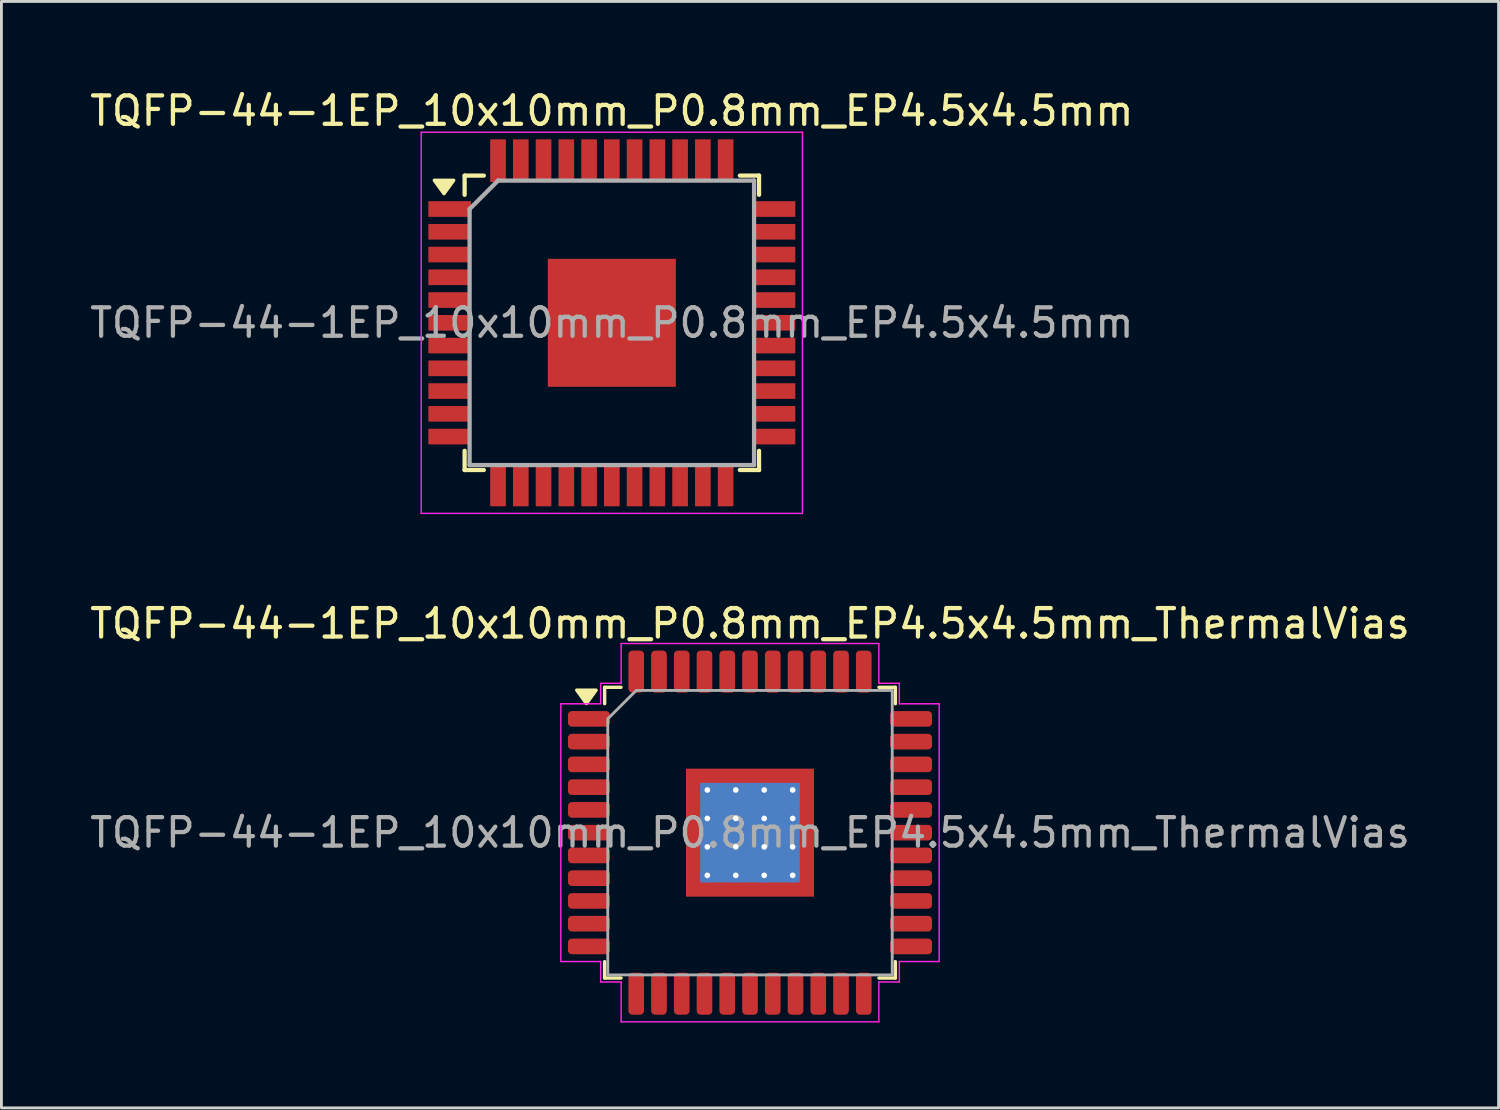
<source format=kicad_pcb>
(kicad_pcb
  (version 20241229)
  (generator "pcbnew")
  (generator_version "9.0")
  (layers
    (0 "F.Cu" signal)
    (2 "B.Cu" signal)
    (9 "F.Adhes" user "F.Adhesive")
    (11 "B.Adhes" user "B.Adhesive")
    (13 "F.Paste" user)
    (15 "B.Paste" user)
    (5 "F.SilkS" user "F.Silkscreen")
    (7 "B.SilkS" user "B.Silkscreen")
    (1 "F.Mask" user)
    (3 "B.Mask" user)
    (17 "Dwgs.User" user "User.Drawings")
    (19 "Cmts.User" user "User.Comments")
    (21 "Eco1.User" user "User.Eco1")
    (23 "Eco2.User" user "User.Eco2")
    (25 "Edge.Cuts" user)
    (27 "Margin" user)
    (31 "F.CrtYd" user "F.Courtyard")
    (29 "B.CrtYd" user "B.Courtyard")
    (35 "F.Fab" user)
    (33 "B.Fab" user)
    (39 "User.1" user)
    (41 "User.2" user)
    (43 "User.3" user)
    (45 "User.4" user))
  (footprint "TQFP-44-1EP_10x10mm_P0.8mm_EP4.5x4.5mm_ThermalVias"
    (layer "F.Cu")
    (at 23.315 26.221)
    (property "Reference" "TQFP-44-1EP_10x10mm_P0.8mm_EP4.5x4.5mm_ThermalVias" (at 0 -7.35 0) (layer "F.SilkS") (effects (font (size 1 1) (thickness 0.15))))
    (attr smd)
    (fp_line (start -5.11 -5.11) (end -4.535 -5.11) (stroke (width 0.12) (type solid)) (layer "F.SilkS"))
    (fp_line (start -5.11 -4.535) (end -5.11 -5.11) (stroke (width 0.12) (type solid)) (layer "F.SilkS"))
    (fp_line (start -5.11 5.11) (end -5.11 4.535) (stroke (width 0.12) (type solid)) (layer "F.SilkS"))
    (fp_line (start -4.535 5.11) (end -5.11 5.11) (stroke (width 0.12) (type solid)) (layer "F.SilkS"))
    (fp_line (start 4.535 -5.11) (end 5.11 -5.11) (stroke (width 0.12) (type solid)) (layer "F.SilkS"))
    (fp_line (start 5.11 -5.11) (end 5.11 -4.535) (stroke (width 0.12) (type solid)) (layer "F.SilkS"))
    (fp_line (start 5.11 4.535) (end 5.11 5.11) (stroke (width 0.12) (type solid)) (layer "F.SilkS"))
    (fp_line (start 5.11 5.11) (end 4.535 5.11) (stroke (width 0.12) (type solid)) (layer "F.SilkS"))
    (fp_poly (pts (xy -5.75 -4.54) (xy -6.09 -5.01) (xy -5.41 -5.01)) (stroke (width 0.12) (type solid)) (fill yes) (layer "F.SilkS"))
    (fp_line (start -6.65 -4.53) (end -5.25 -4.53) (stroke (width 0.05) (type solid)) (layer "F.CrtYd"))
    (fp_line (start -6.65 4.53) (end -6.65 -4.53) (stroke (width 0.05) (type solid)) (layer "F.CrtYd"))
    (fp_line (start -5.25 -5.25) (end -4.53 -5.25) (stroke (width 0.05) (type solid)) (layer "F.CrtYd"))
    (fp_line (start -5.25 -4.53) (end -5.25 -5.25) (stroke (width 0.05) (type solid)) (layer "F.CrtYd"))
    (fp_line (start -5.25 4.53) (end -6.65 4.53) (stroke (width 0.05) (type solid)) (layer "F.CrtYd"))
    (fp_line (start -5.25 5.25) (end -5.25 4.53) (stroke (width 0.05) (type solid)) (layer "F.CrtYd"))
    (fp_line (start -4.53 -6.65) (end 4.53 -6.65) (stroke (width 0.05) (type solid)) (layer "F.CrtYd"))
    (fp_line (start -4.53 -5.25) (end -4.53 -6.65) (stroke (width 0.05) (type solid)) (layer "F.CrtYd"))
    (fp_line (start -4.53 5.25) (end -5.25 5.25) (stroke (width 0.05) (type solid)) (layer "F.CrtYd"))
    (fp_line (start -4.53 6.65) (end -4.53 5.25) (stroke (width 0.05) (type solid)) (layer "F.CrtYd"))
    (fp_line (start 4.53 -6.65) (end 4.53 -5.25) (stroke (width 0.05) (type solid)) (layer "F.CrtYd"))
    (fp_line (start 4.53 -5.25) (end 5.25 -5.25) (stroke (width 0.05) (type solid)) (layer "F.CrtYd"))
    (fp_line (start 4.53 5.25) (end 4.53 6.65) (stroke (width 0.05) (type solid)) (layer "F.CrtYd"))
    (fp_line (start 4.53 6.65) (end -4.53 6.65) (stroke (width 0.05) (type solid)) (layer "F.CrtYd"))
    (fp_line (start 5.25 -5.25) (end 5.25 -4.53) (stroke (width 0.05) (type solid)) (layer "F.CrtYd"))
    (fp_line (start 5.25 -4.53) (end 6.65 -4.53) (stroke (width 0.05) (type solid)) (layer "F.CrtYd"))
    (fp_line (start 5.25 4.53) (end 5.25 5.25) (stroke (width 0.05) (type solid)) (layer "F.CrtYd"))
    (fp_line (start 5.25 5.25) (end 4.53 5.25) (stroke (width 0.05) (type solid)) (layer "F.CrtYd"))
    (fp_line (start 6.65 -4.53) (end 6.65 4.53) (stroke (width 0.05) (type solid)) (layer "F.CrtYd"))
    (fp_line (start 6.65 4.53) (end 5.25 4.53) (stroke (width 0.05) (type solid)) (layer "F.CrtYd"))
    (fp_poly (pts (xy -4 -5) (xy 5 -5) (xy 5 5) (xy -5 5) (xy -5 -4)) (stroke (width 0.1) (type solid)) (fill no) (layer "F.Fab"))
    (fp_text user "${REFERENCE}" (at 0 0 0) (layer "F.Fab") (effects (font (size 1 1) (thickness 0.15))))
    (pad "" smd roundrect (at -1.5 -1.5) (size 1.21 1.21) (layers "F.Paste") (roundrect_rratio 0.207))
    (pad "" smd roundrect (at -1.5 0) (size 1.21 1.21) (layers "F.Paste") (roundrect_rratio 0.207))
    (pad "" smd roundrect (at -1.5 1.5) (size 1.21 1.21) (layers "F.Paste") (roundrect_rratio 0.207))
    (pad "" smd roundrect (at 0 -1.5) (size 1.21 1.21) (layers "F.Paste") (roundrect_rratio 0.207))
    (pad "" smd roundrect (at 0 0) (size 1.21 1.21) (layers "F.Paste") (roundrect_rratio 0.207))
    (pad "" smd roundrect (at 0 1.5) (size 1.21 1.21) (layers "F.Paste") (roundrect_rratio 0.207))
    (pad "" smd roundrect (at 1.5 -1.5) (size 1.21 1.21) (layers "F.Paste") (roundrect_rratio 0.207))
    (pad "" smd roundrect (at 1.5 0) (size 1.21 1.21) (layers "F.Paste") (roundrect_rratio 0.207))
    (pad "" smd roundrect (at 1.5 1.5) (size 1.21 1.21) (layers "F.Paste") (roundrect_rratio 0.207))
    (pad "1" smd roundrect (at -5.662 -4) (size 1.475 0.55) (layers "F.Cu" "F.Mask" "F.Paste") (roundrect_rratio 0.25))
    (pad "2" smd roundrect (at -5.662 -3.2) (size 1.475 0.55) (layers "F.Cu" "F.Mask" "F.Paste") (roundrect_rratio 0.25))
    (pad "3" smd roundrect (at -5.662 -2.4) (size 1.475 0.55) (layers "F.Cu" "F.Mask" "F.Paste") (roundrect_rratio 0.25))
    (pad "4" smd roundrect (at -5.662 -1.6) (size 1.475 0.55) (layers "F.Cu" "F.Mask" "F.Paste") (roundrect_rratio 0.25))
    (pad "5" smd roundrect (at -5.662 -0.8) (size 1.475 0.55) (layers "F.Cu" "F.Mask" "F.Paste") (roundrect_rratio 0.25))
    (pad "6" smd roundrect (at -5.662 0) (size 1.475 0.55) (layers "F.Cu" "F.Mask" "F.Paste") (roundrect_rratio 0.25))
    (pad "7" smd roundrect (at -5.662 0.8) (size 1.475 0.55) (layers "F.Cu" "F.Mask" "F.Paste") (roundrect_rratio 0.25))
    (pad "8" smd roundrect (at -5.662 1.6) (size 1.475 0.55) (layers "F.Cu" "F.Mask" "F.Paste") (roundrect_rratio 0.25))
    (pad "9" smd roundrect (at -5.662 2.4) (size 1.475 0.55) (layers "F.Cu" "F.Mask" "F.Paste") (roundrect_rratio 0.25))
    (pad "10" smd roundrect (at -5.662 3.2) (size 1.475 0.55) (layers "F.Cu" "F.Mask" "F.Paste") (roundrect_rratio 0.25))
    (pad "11" smd roundrect (at -5.662 4) (size 1.475 0.55) (layers "F.Cu" "F.Mask" "F.Paste") (roundrect_rratio 0.25))
    (pad "12" smd roundrect (at -4 5.662) (size 0.55 1.475) (layers "F.Cu" "F.Mask" "F.Paste") (roundrect_rratio 0.25))
    (pad "13" smd roundrect (at -3.2 5.662) (size 0.55 1.475) (layers "F.Cu" "F.Mask" "F.Paste") (roundrect_rratio 0.25))
    (pad "14" smd roundrect (at -2.4 5.662) (size 0.55 1.475) (layers "F.Cu" "F.Mask" "F.Paste") (roundrect_rratio 0.25))
    (pad "15" smd roundrect (at -1.6 5.662) (size 0.55 1.475) (layers "F.Cu" "F.Mask" "F.Paste") (roundrect_rratio 0.25))
    (pad "16" smd roundrect (at -0.8 5.662) (size 0.55 1.475) (layers "F.Cu" "F.Mask" "F.Paste") (roundrect_rratio 0.25))
    (pad "17" smd roundrect (at 0 5.662) (size 0.55 1.475) (layers "F.Cu" "F.Mask" "F.Paste") (roundrect_rratio 0.25))
    (pad "18" smd roundrect (at 0.8 5.662) (size 0.55 1.475) (layers "F.Cu" "F.Mask" "F.Paste") (roundrect_rratio 0.25))
    (pad "19" smd roundrect (at 1.6 5.662) (size 0.55 1.475) (layers "F.Cu" "F.Mask" "F.Paste") (roundrect_rratio 0.25))
    (pad "20" smd roundrect (at 2.4 5.662) (size 0.55 1.475) (layers "F.Cu" "F.Mask" "F.Paste") (roundrect_rratio 0.25))
    (pad "21" smd roundrect (at 3.2 5.662) (size 0.55 1.475) (layers "F.Cu" "F.Mask" "F.Paste") (roundrect_rratio 0.25))
    (pad "22" smd roundrect (at 4 5.662) (size 0.55 1.475) (layers "F.Cu" "F.Mask" "F.Paste") (roundrect_rratio 0.25))
    (pad "23" smd roundrect (at 5.662 4) (size 1.475 0.55) (layers "F.Cu" "F.Mask" "F.Paste") (roundrect_rratio 0.25))
    (pad "24" smd roundrect (at 5.662 3.2) (size 1.475 0.55) (layers "F.Cu" "F.Mask" "F.Paste") (roundrect_rratio 0.25))
    (pad "25" smd roundrect (at 5.662 2.4) (size 1.475 0.55) (layers "F.Cu" "F.Mask" "F.Paste") (roundrect_rratio 0.25))
    (pad "26" smd roundrect (at 5.662 1.6) (size 1.475 0.55) (layers "F.Cu" "F.Mask" "F.Paste") (roundrect_rratio 0.25))
    (pad "27" smd roundrect (at 5.662 0.8) (size 1.475 0.55) (layers "F.Cu" "F.Mask" "F.Paste") (roundrect_rratio 0.25))
    (pad "28" smd roundrect (at 5.662 0) (size 1.475 0.55) (layers "F.Cu" "F.Mask" "F.Paste") (roundrect_rratio 0.25))
    (pad "29" smd roundrect (at 5.662 -0.8) (size 1.475 0.55) (layers "F.Cu" "F.Mask" "F.Paste") (roundrect_rratio 0.25))
    (pad "30" smd roundrect (at 5.662 -1.6) (size 1.475 0.55) (layers "F.Cu" "F.Mask" "F.Paste") (roundrect_rratio 0.25))
    (pad "31" smd roundrect (at 5.662 -2.4) (size 1.475 0.55) (layers "F.Cu" "F.Mask" "F.Paste") (roundrect_rratio 0.25))
    (pad "32" smd roundrect (at 5.662 -3.2) (size 1.475 0.55) (layers "F.Cu" "F.Mask" "F.Paste") (roundrect_rratio 0.25))
    (pad "33" smd roundrect (at 5.662 -4) (size 1.475 0.55) (layers "F.Cu" "F.Mask" "F.Paste") (roundrect_rratio 0.25))
    (pad "34" smd roundrect (at 4 -5.662) (size 0.55 1.475) (layers "F.Cu" "F.Mask" "F.Paste") (roundrect_rratio 0.25))
    (pad "35" smd roundrect (at 3.2 -5.662) (size 0.55 1.475) (layers "F.Cu" "F.Mask" "F.Paste") (roundrect_rratio 0.25))
    (pad "36" smd roundrect (at 2.4 -5.662) (size 0.55 1.475) (layers "F.Cu" "F.Mask" "F.Paste") (roundrect_rratio 0.25))
    (pad "37" smd roundrect (at 1.6 -5.662) (size 0.55 1.475) (layers "F.Cu" "F.Mask" "F.Paste") (roundrect_rratio 0.25))
    (pad "38" smd roundrect (at 0.8 -5.662) (size 0.55 1.475) (layers "F.Cu" "F.Mask" "F.Paste") (roundrect_rratio 0.25))
    (pad "39" smd roundrect (at 0 -5.662) (size 0.55 1.475) (layers "F.Cu" "F.Mask" "F.Paste") (roundrect_rratio 0.25))
    (pad "40" smd roundrect (at -0.8 -5.662) (size 0.55 1.475) (layers "F.Cu" "F.Mask" "F.Paste") (roundrect_rratio 0.25))
    (pad "41" smd roundrect (at -1.6 -5.662) (size 0.55 1.475) (layers "F.Cu" "F.Mask" "F.Paste") (roundrect_rratio 0.25))
    (pad "42" smd roundrect (at -2.4 -5.662) (size 0.55 1.475) (layers "F.Cu" "F.Mask" "F.Paste") (roundrect_rratio 0.25))
    (pad "43" smd roundrect (at -3.2 -5.662) (size 0.55 1.475) (layers "F.Cu" "F.Mask" "F.Paste") (roundrect_rratio 0.25))
    (pad "44" smd roundrect (at -4 -5.662) (size 0.55 1.475) (layers "F.Cu" "F.Mask" "F.Paste") (roundrect_rratio 0.25))
    (pad "45" thru_hole circle (at -1.5 -1.5) (size 0.5 0.5) (drill 0.2) (property pad_prop_heatsink) (layers "*.Cu"))
    (pad "45" thru_hole circle (at -1.5 -0.5) (size 0.5 0.5) (drill 0.2) (property pad_prop_heatsink) (layers "*.Cu"))
    (pad "45" thru_hole circle (at -1.5 0.5) (size 0.5 0.5) (drill 0.2) (property pad_prop_heatsink) (layers "*.Cu"))
    (pad "45" thru_hole circle (at -1.5 1.5) (size 0.5 0.5) (drill 0.2) (property pad_prop_heatsink) (layers "*.Cu"))
    (pad "45" thru_hole circle (at -0.5 -1.5) (size 0.5 0.5) (drill 0.2) (property pad_prop_heatsink) (layers "*.Cu"))
    (pad "45" thru_hole circle (at -0.5 -0.5) (size 0.5 0.5) (drill 0.2) (property pad_prop_heatsink) (layers "*.Cu"))
    (pad "45" thru_hole circle (at -0.5 0.5) (size 0.5 0.5) (drill 0.2) (property pad_prop_heatsink) (layers "*.Cu"))
    (pad "45" thru_hole circle (at -0.5 1.5) (size 0.5 0.5) (drill 0.2) (property pad_prop_heatsink) (layers "*.Cu"))
    (pad "45" smd rect (at 0 0) (size 3.5 3.5) (property pad_prop_heatsink) (layers "B.Cu"))
    (pad "45" smd rect (at 0 0) (size 4.5 4.5) (property pad_prop_heatsink) (layers "F.Cu" "F.Mask"))
    (pad "45" thru_hole circle (at 0.5 -1.5) (size 0.5 0.5) (drill 0.2) (property pad_prop_heatsink) (layers "*.Cu"))
    (pad "45" thru_hole circle (at 0.5 -0.5) (size 0.5 0.5) (drill 0.2) (property pad_prop_heatsink) (layers "*.Cu"))
    (pad "45" thru_hole circle (at 0.5 0.5) (size 0.5 0.5) (drill 0.2) (property pad_prop_heatsink) (layers "*.Cu"))
    (pad "45" thru_hole circle (at 0.5 1.5) (size 0.5 0.5) (drill 0.2) (property pad_prop_heatsink) (layers "*.Cu"))
    (pad "45" thru_hole circle (at 1.5 -1.5) (size 0.5 0.5) (drill 0.2) (property pad_prop_heatsink) (layers "*.Cu"))
    (pad "45" thru_hole circle (at 1.5 -0.5) (size 0.5 0.5) (drill 0.2) (property pad_prop_heatsink) (layers "*.Cu"))
    (pad "45" thru_hole circle (at 1.5 0.5) (size 0.5 0.5) (drill 0.2) (property pad_prop_heatsink) (layers "*.Cu"))
    (pad "45" thru_hole circle (at 1.5 1.5) (size 0.5 0.5) (drill 0.2) (property pad_prop_heatsink) (layers "*.Cu")))
  (footprint "TQFP-44-1EP_10x10mm_P0.8mm_EP4.5x4.5mm"
    (layer "F.Cu")
    (at 18.458 8.298)
    (property "Reference" "TQFP-44-1EP_10x10mm_P0.8mm_EP4.5x4.5mm" (at 0 -7.45 0) (layer "F.SilkS") (effects (font (size 1 1) (thickness 0.15))))
    (attr smd)
    (fp_line (start -5.175 -5.175) (end -4.5 -5.175) (stroke (width 0.15) (type solid)) (layer "F.SilkS"))
    (fp_line (start -5.175 -4.5) (end -5.175 -5.175) (stroke (width 0.15) (type solid)) (layer "F.SilkS"))
    (fp_line (start -5.175 5.175) (end -5.175 4.5) (stroke (width 0.15) (type solid)) (layer "F.SilkS"))
    (fp_line (start -5.175 5.175) (end -4.5 5.175) (stroke (width 0.15) (type solid)) (layer "F.SilkS"))
    (fp_line (start 5.175 -5.175) (end 4.5 -5.175) (stroke (width 0.15) (type solid)) (layer "F.SilkS"))
    (fp_line (start 5.175 -5.175) (end 5.175 -4.5) (stroke (width 0.15) (type solid)) (layer "F.SilkS"))
    (fp_line (start 5.175 5.175) (end 4.5 5.175) (stroke (width 0.15) (type solid)) (layer "F.SilkS"))
    (fp_line (start 5.175 5.175) (end 5.175 4.5) (stroke (width 0.15) (type solid)) (layer "F.SilkS"))
    (fp_poly (pts (xy -5.9 -4.54) (xy -6.24 -5.01) (xy -5.56 -5.01) (xy -5.9 -4.54)) (stroke (width 0.12) (type solid)) (fill yes) (layer "F.SilkS"))
    (fp_line (start -6.7 -6.7) (end -6.7 6.7) (stroke (width 0.05) (type solid)) (layer "F.CrtYd"))
    (fp_line (start -6.7 -6.7) (end 6.7 -6.7) (stroke (width 0.05) (type solid)) (layer "F.CrtYd"))
    (fp_line (start -6.7 6.7) (end 6.7 6.7) (stroke (width 0.05) (type solid)) (layer "F.CrtYd"))
    (fp_line (start 6.7 -6.7) (end 6.7 6.7) (stroke (width 0.05) (type solid)) (layer "F.CrtYd"))
    (fp_line (start -5 -4) (end -4 -5) (stroke (width 0.15) (type solid)) (layer "F.Fab"))
    (fp_line (start -5 5) (end -5 -4) (stroke (width 0.15) (type solid)) (layer "F.Fab"))
    (fp_line (start -4 -5) (end 5 -5) (stroke (width 0.15) (type solid)) (layer "F.Fab"))
    (fp_line (start 5 -5) (end 5 5) (stroke (width 0.15) (type solid)) (layer "F.Fab"))
    (fp_line (start 5 5) (end -5 5) (stroke (width 0.15) (type solid)) (layer "F.Fab"))
    (fp_text user "${REFERENCE}" (at 0 0 0) (layer "F.Fab") (effects (font (size 1 1) (thickness 0.15))))
    (pad "" smd rect (at -1.5 -1.5) (size 1.16 1.16) (layers "F.Paste"))
    (pad "" smd rect (at -1.5 0) (size 1.16 1.16) (layers "F.Paste"))
    (pad "" smd rect (at -1.5 1.5) (size 1.16 1.16) (layers "F.Paste"))
    (pad "" smd rect (at 0 -1.5) (size 1.16 1.16) (layers "F.Paste"))
    (pad "" smd rect (at 0 0) (size 1.16 1.16) (layers "F.Paste"))
    (pad "" smd rect (at 0 1.5) (size 1.16 1.16) (layers "F.Paste"))
    (pad "" smd rect (at 1.5 -1.5) (size 1.16 1.16) (layers "F.Paste"))
    (pad "" smd rect (at 1.5 0) (size 1.16 1.16) (layers "F.Paste"))
    (pad "" smd rect (at 1.5 1.5) (size 1.16 1.16) (layers "F.Paste"))
    (pad "1" smd rect (at -5.7 -4) (size 1.5 0.55) (layers "F.Cu" "F.Mask" "F.Paste"))
    (pad "2" smd rect (at -5.7 -3.2) (size 1.5 0.55) (layers "F.Cu" "F.Mask" "F.Paste"))
    (pad "3" smd rect (at -5.7 -2.4) (size 1.5 0.55) (layers "F.Cu" "F.Mask" "F.Paste"))
    (pad "4" smd rect (at -5.7 -1.6) (size 1.5 0.55) (layers "F.Cu" "F.Mask" "F.Paste"))
    (pad "5" smd rect (at -5.7 -0.8) (size 1.5 0.55) (layers "F.Cu" "F.Mask" "F.Paste"))
    (pad "6" smd rect (at -5.7 0) (size 1.5 0.55) (layers "F.Cu" "F.Mask" "F.Paste"))
    (pad "7" smd rect (at -5.7 0.8) (size 1.5 0.55) (layers "F.Cu" "F.Mask" "F.Paste"))
    (pad "8" smd rect (at -5.7 1.6) (size 1.5 0.55) (layers "F.Cu" "F.Mask" "F.Paste"))
    (pad "9" smd rect (at -5.7 2.4) (size 1.5 0.55) (layers "F.Cu" "F.Mask" "F.Paste"))
    (pad "10" smd rect (at -5.7 3.2) (size 1.5 0.55) (layers "F.Cu" "F.Mask" "F.Paste"))
    (pad "11" smd rect (at -5.7 4) (size 1.5 0.55) (layers "F.Cu" "F.Mask" "F.Paste"))
    (pad "12" smd rect (at -4 5.7 90) (size 1.5 0.55) (layers "F.Cu" "F.Mask" "F.Paste"))
    (pad "13" smd rect (at -3.2 5.7 90) (size 1.5 0.55) (layers "F.Cu" "F.Mask" "F.Paste"))
    (pad "14" smd rect (at -2.4 5.7 90) (size 1.5 0.55) (layers "F.Cu" "F.Mask" "F.Paste"))
    (pad "15" smd rect (at -1.6 5.7 90) (size 1.5 0.55) (layers "F.Cu" "F.Mask" "F.Paste"))
    (pad "16" smd rect (at -0.8 5.7 90) (size 1.5 0.55) (layers "F.Cu" "F.Mask" "F.Paste"))
    (pad "17" smd rect (at 0 5.7 90) (size 1.5 0.55) (layers "F.Cu" "F.Mask" "F.Paste"))
    (pad "18" smd rect (at 0.8 5.7 90) (size 1.5 0.55) (layers "F.Cu" "F.Mask" "F.Paste"))
    (pad "19" smd rect (at 1.6 5.7 90) (size 1.5 0.55) (layers "F.Cu" "F.Mask" "F.Paste"))
    (pad "20" smd rect (at 2.4 5.7 90) (size 1.5 0.55) (layers "F.Cu" "F.Mask" "F.Paste"))
    (pad "21" smd rect (at 3.2 5.7 90) (size 1.5 0.55) (layers "F.Cu" "F.Mask" "F.Paste"))
    (pad "22" smd rect (at 4 5.7 90) (size 1.5 0.55) (layers "F.Cu" "F.Mask" "F.Paste"))
    (pad "23" smd rect (at 5.7 4) (size 1.5 0.55) (layers "F.Cu" "F.Mask" "F.Paste"))
    (pad "24" smd rect (at 5.7 3.2) (size 1.5 0.55) (layers "F.Cu" "F.Mask" "F.Paste"))
    (pad "25" smd rect (at 5.7 2.4) (size 1.5 0.55) (layers "F.Cu" "F.Mask" "F.Paste"))
    (pad "26" smd rect (at 5.7 1.6) (size 1.5 0.55) (layers "F.Cu" "F.Mask" "F.Paste"))
    (pad "27" smd rect (at 5.7 0.8) (size 1.5 0.55) (layers "F.Cu" "F.Mask" "F.Paste"))
    (pad "28" smd rect (at 5.7 0) (size 1.5 0.55) (layers "F.Cu" "F.Mask" "F.Paste"))
    (pad "29" smd rect (at 5.7 -0.8) (size 1.5 0.55) (layers "F.Cu" "F.Mask" "F.Paste"))
    (pad "30" smd rect (at 5.7 -1.6) (size 1.5 0.55) (layers "F.Cu" "F.Mask" "F.Paste"))
    (pad "31" smd rect (at 5.7 -2.4) (size 1.5 0.55) (layers "F.Cu" "F.Mask" "F.Paste"))
    (pad "32" smd rect (at 5.7 -3.2) (size 1.5 0.55) (layers "F.Cu" "F.Mask" "F.Paste"))
    (pad "33" smd rect (at 5.7 -4) (size 1.5 0.55) (layers "F.Cu" "F.Mask" "F.Paste"))
    (pad "34" smd rect (at 4 -5.7 90) (size 1.5 0.55) (layers "F.Cu" "F.Mask" "F.Paste"))
    (pad "35" smd rect (at 3.2 -5.7 90) (size 1.5 0.55) (layers "F.Cu" "F.Mask" "F.Paste"))
    (pad "36" smd rect (at 2.4 -5.7 90) (size 1.5 0.55) (layers "F.Cu" "F.Mask" "F.Paste"))
    (pad "37" smd rect (at 1.6 -5.7 90) (size 1.5 0.55) (layers "F.Cu" "F.Mask" "F.Paste"))
    (pad "38" smd rect (at 0.8 -5.7 90) (size 1.5 0.55) (layers "F.Cu" "F.Mask" "F.Paste"))
    (pad "39" smd rect (at 0 -5.7 90) (size 1.5 0.55) (layers "F.Cu" "F.Mask" "F.Paste"))
    (pad "40" smd rect (at -0.8 -5.7 90) (size 1.5 0.55) (layers "F.Cu" "F.Mask" "F.Paste"))
    (pad "41" smd rect (at -1.6 -5.7 90) (size 1.5 0.55) (layers "F.Cu" "F.Mask" "F.Paste"))
    (pad "42" smd rect (at -2.4 -5.7 90) (size 1.5 0.55) (layers "F.Cu" "F.Mask" "F.Paste"))
    (pad "43" smd rect (at -3.2 -5.7 90) (size 1.5 0.55) (layers "F.Cu" "F.Mask" "F.Paste"))
    (pad "44" smd rect (at -4 -5.7 90) (size 1.5 0.55) (layers "F.Cu" "F.Mask" "F.Paste"))
    (pad "45" smd rect (at 0 0) (size 4.5 4.5) (layers "F.Cu" "F.Mask")))
  (gr_rect
    (start -3 -3)
    (end 49.631 35.897)
    (stroke (width 0.1) (type default))
    (fill no)
    (layer "Edge.Cuts")))
</source>
